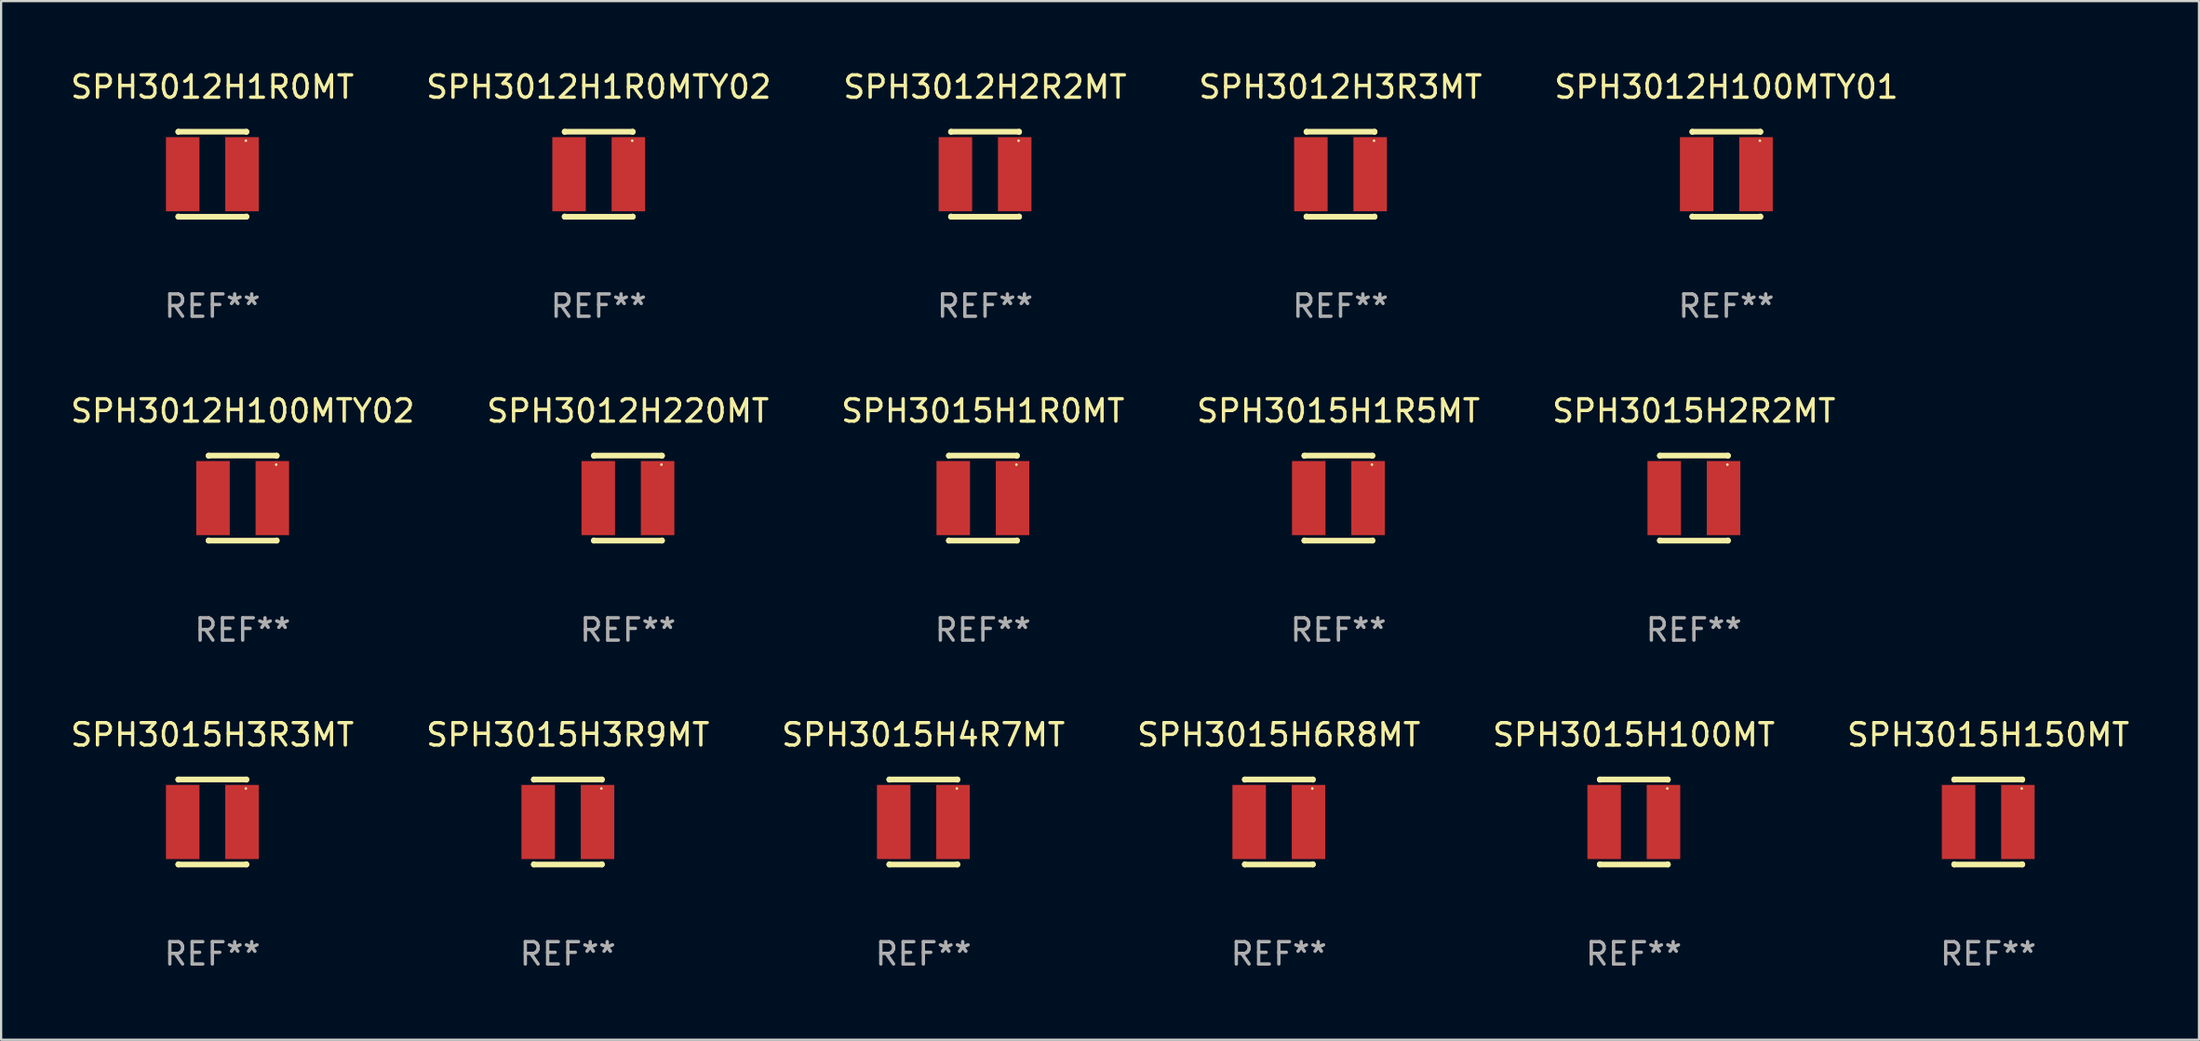
<source format=kicad_pcb>
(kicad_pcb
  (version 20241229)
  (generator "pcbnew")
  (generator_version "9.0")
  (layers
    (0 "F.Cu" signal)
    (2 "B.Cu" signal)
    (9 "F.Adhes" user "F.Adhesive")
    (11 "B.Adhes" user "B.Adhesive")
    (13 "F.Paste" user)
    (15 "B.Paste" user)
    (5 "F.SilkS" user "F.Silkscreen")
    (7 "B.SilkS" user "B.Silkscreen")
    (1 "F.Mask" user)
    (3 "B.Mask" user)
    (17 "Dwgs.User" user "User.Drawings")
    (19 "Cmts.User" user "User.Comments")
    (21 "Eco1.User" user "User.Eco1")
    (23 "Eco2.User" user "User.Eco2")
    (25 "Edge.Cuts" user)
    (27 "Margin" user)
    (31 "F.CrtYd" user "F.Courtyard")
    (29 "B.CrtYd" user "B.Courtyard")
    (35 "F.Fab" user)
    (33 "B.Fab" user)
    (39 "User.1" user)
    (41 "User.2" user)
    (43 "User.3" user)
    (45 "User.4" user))
  (footprint "SPH3012H100MTY01"
    (layer "F.Cu")
    (at 74.244 4.753)
    (property "Reference" "SPH3012H100MTY01" (at 0 -3.905 0) (layer "F.SilkS") (effects (font (size 1 1) (thickness 0.15))))
    (attr through_hole)
    (fp_line (start -1.524 -1.905) (end 1.524 -1.905) (stroke (width 0.254) (type solid)) (layer "F.SilkS"))
    (fp_line (start -1.524 -1.891) (end -1.524 -1.905) (stroke (width 0.254) (type solid)) (layer "F.SilkS"))
    (fp_line (start -1.524 1.905) (end -1.524 1.891) (stroke (width 0.254) (type solid)) (layer "F.SilkS"))
    (fp_line (start -1.524 1.905) (end 1.524 1.905) (stroke (width 0.254) (type solid)) (layer "F.SilkS"))
    (fp_line (start 1.524 -1.905) (end 1.524 -1.891) (stroke (width 0.254) (type solid)) (layer "F.SilkS"))
    (fp_line (start 1.524 1.891) (end 1.524 1.905) (stroke (width 0.254) (type solid)) (layer "F.SilkS"))
    (fp_circle (center 1.5 -1.5) (end 1.53 -1.5) (stroke (width 0.06) (type solid)) (fill no) (layer "F.SilkS"))
    (fp_text user "REF**" (at 0 5.905 0) (layer "F.Fab") (effects (font (size 1 1) (thickness 0.15))))
    (pad "1" smd rect (at 1.328 0) (size 1.5 3.32) (layers "F.Cu" "F.Mask" "F.Paste"))
    (pad "2" smd rect (at -1.328 0) (size 1.5 3.32) (layers "F.Cu" "F.Mask" "F.Paste")))
  (footprint "SPH3012H2R2MT"
    (layer "F.Cu")
    (at 41.054 4.753)
    (property "Reference" "SPH3012H2R2MT" (at 0 -3.905 0) (layer "F.SilkS") (effects (font (size 1 1) (thickness 0.15))))
    (attr through_hole)
    (fp_line (start -1.524 -1.905) (end 1.524 -1.905) (stroke (width 0.254) (type solid)) (layer "F.SilkS"))
    (fp_line (start -1.524 -1.891) (end -1.524 -1.905) (stroke (width 0.254) (type solid)) (layer "F.SilkS"))
    (fp_line (start -1.524 1.905) (end -1.524 1.891) (stroke (width 0.254) (type solid)) (layer "F.SilkS"))
    (fp_line (start -1.524 1.905) (end 1.524 1.905) (stroke (width 0.254) (type solid)) (layer "F.SilkS"))
    (fp_line (start 1.524 -1.905) (end 1.524 -1.891) (stroke (width 0.254) (type solid)) (layer "F.SilkS"))
    (fp_line (start 1.524 1.891) (end 1.524 1.905) (stroke (width 0.254) (type solid)) (layer "F.SilkS"))
    (fp_circle (center 1.5 -1.5) (end 1.53 -1.5) (stroke (width 0.06) (type solid)) (fill no) (layer "F.SilkS"))
    (fp_text user "REF**" (at 0 5.905 0) (layer "F.Fab") (effects (font (size 1 1) (thickness 0.15))))
    (pad "1" smd rect (at 1.328 0) (size 1.5 3.32) (layers "F.Cu" "F.Mask" "F.Paste"))
    (pad "2" smd rect (at -1.328 0) (size 1.5 3.32) (layers "F.Cu" "F.Mask" "F.Paste")))
  (footprint "SPH3012H100MTY02"
    (layer "F.Cu")
    (at 7.815 19.26)
    (property "Reference" "SPH3012H100MTY02" (at 0 -3.905 0) (layer "F.SilkS") (effects (font (size 1 1) (thickness 0.15))))
    (attr through_hole)
    (fp_line (start -1.524 -1.905) (end 1.524 -1.905) (stroke (width 0.254) (type solid)) (layer "F.SilkS"))
    (fp_line (start -1.524 -1.891) (end -1.524 -1.905) (stroke (width 0.254) (type solid)) (layer "F.SilkS"))
    (fp_line (start -1.524 1.905) (end -1.524 1.891) (stroke (width 0.254) (type solid)) (layer "F.SilkS"))
    (fp_line (start -1.524 1.905) (end 1.524 1.905) (stroke (width 0.254) (type solid)) (layer "F.SilkS"))
    (fp_line (start 1.524 -1.905) (end 1.524 -1.891) (stroke (width 0.254) (type solid)) (layer "F.SilkS"))
    (fp_line (start 1.524 1.891) (end 1.524 1.905) (stroke (width 0.254) (type solid)) (layer "F.SilkS"))
    (fp_circle (center 1.5 -1.5) (end 1.53 -1.5) (stroke (width 0.06) (type solid)) (fill no) (layer "F.SilkS"))
    (fp_text user "REF**" (at 0 5.905 0) (layer "F.Fab") (effects (font (size 1 1) (thickness 0.15))))
    (pad "1" smd rect (at 1.328 0) (size 1.5 3.32) (layers "F.Cu" "F.Mask" "F.Paste"))
    (pad "2" smd rect (at -1.328 0) (size 1.5 3.32) (layers "F.Cu" "F.Mask" "F.Paste")))
  (footprint "SPH3012H3R3MT"
    (layer "F.Cu")
    (at 56.97 4.753)
    (property "Reference" "SPH3012H3R3MT" (at 0 -3.905 0) (layer "F.SilkS") (effects (font (size 1 1) (thickness 0.15))))
    (attr through_hole)
    (fp_line (start -1.524 -1.905) (end 1.524 -1.905) (stroke (width 0.254) (type solid)) (layer "F.SilkS"))
    (fp_line (start -1.524 -1.891) (end -1.524 -1.905) (stroke (width 0.254) (type solid)) (layer "F.SilkS"))
    (fp_line (start -1.524 1.905) (end -1.524 1.891) (stroke (width 0.254) (type solid)) (layer "F.SilkS"))
    (fp_line (start -1.524 1.905) (end 1.524 1.905) (stroke (width 0.254) (type solid)) (layer "F.SilkS"))
    (fp_line (start 1.524 -1.905) (end 1.524 -1.891) (stroke (width 0.254) (type solid)) (layer "F.SilkS"))
    (fp_line (start 1.524 1.891) (end 1.524 1.905) (stroke (width 0.254) (type solid)) (layer "F.SilkS"))
    (fp_circle (center 1.5 -1.5) (end 1.53 -1.5) (stroke (width 0.06) (type solid)) (fill no) (layer "F.SilkS"))
    (fp_text user "REF**" (at 0 5.905 0) (layer "F.Fab") (effects (font (size 1 1) (thickness 0.15))))
    (pad "1" smd rect (at 1.328 0) (size 1.5 3.32) (layers "F.Cu" "F.Mask" "F.Paste"))
    (pad "2" smd rect (at -1.328 0) (size 1.5 3.32) (layers "F.Cu" "F.Mask" "F.Paste")))
  (footprint "SPH3015H6R8MT"
    (layer "F.Cu")
    (at 54.208 33.766)
    (property "Reference" "SPH3015H6R8MT" (at 0 -3.905 0) (layer "F.SilkS") (effects (font (size 1 1) (thickness 0.15))))
    (attr through_hole)
    (fp_line (start -1.524 -1.905) (end 1.524 -1.905) (stroke (width 0.254) (type solid)) (layer "F.SilkS"))
    (fp_line (start -1.524 -1.891) (end -1.524 -1.905) (stroke (width 0.254) (type solid)) (layer "F.SilkS"))
    (fp_line (start -1.524 1.905) (end -1.524 1.891) (stroke (width 0.254) (type solid)) (layer "F.SilkS"))
    (fp_line (start -1.524 1.905) (end 1.524 1.905) (stroke (width 0.254) (type solid)) (layer "F.SilkS"))
    (fp_line (start 1.524 -1.905) (end 1.524 -1.891) (stroke (width 0.254) (type solid)) (layer "F.SilkS"))
    (fp_line (start 1.524 1.891) (end 1.524 1.905) (stroke (width 0.254) (type solid)) (layer "F.SilkS"))
    (fp_circle (center 1.5 -1.5) (end 1.53 -1.5) (stroke (width 0.06) (type solid)) (fill no) (layer "F.SilkS"))
    (fp_text user "REF**" (at 0 5.905 0) (layer "F.Fab") (effects (font (size 1 1) (thickness 0.15))))
    (pad "1" smd rect (at 1.328 0) (size 1.5 3.32) (layers "F.Cu" "F.Mask" "F.Paste"))
    (pad "2" smd rect (at -1.328 0) (size 1.5 3.32) (layers "F.Cu" "F.Mask" "F.Paste")))
  (footprint "SPH3012H1R0MT"
    (layer "F.Cu")
    (at 6.458 4.753)
    (property "Reference" "SPH3012H1R0MT" (at 0 -3.905 0) (layer "F.SilkS") (effects (font (size 1 1) (thickness 0.15))))
    (attr through_hole)
    (fp_line (start -1.524 -1.905) (end 1.524 -1.905) (stroke (width 0.254) (type solid)) (layer "F.SilkS"))
    (fp_line (start -1.524 -1.891) (end -1.524 -1.905) (stroke (width 0.254) (type solid)) (layer "F.SilkS"))
    (fp_line (start -1.524 1.905) (end -1.524 1.891) (stroke (width 0.254) (type solid)) (layer "F.SilkS"))
    (fp_line (start -1.524 1.905) (end 1.524 1.905) (stroke (width 0.254) (type solid)) (layer "F.SilkS"))
    (fp_line (start 1.524 -1.905) (end 1.524 -1.891) (stroke (width 0.254) (type solid)) (layer "F.SilkS"))
    (fp_line (start 1.524 1.891) (end 1.524 1.905) (stroke (width 0.254) (type solid)) (layer "F.SilkS"))
    (fp_circle (center 1.5 -1.5) (end 1.53 -1.5) (stroke (width 0.06) (type solid)) (fill no) (layer "F.SilkS"))
    (fp_text user "REF**" (at 0 5.905 0) (layer "F.Fab") (effects (font (size 1 1) (thickness 0.15))))
    (pad "1" smd rect (at 1.328 0) (size 1.5 3.32) (layers "F.Cu" "F.Mask" "F.Paste"))
    (pad "2" smd rect (at -1.328 0) (size 1.5 3.32) (layers "F.Cu" "F.Mask" "F.Paste")))
  (footprint "SPH3015H2R2MT"
    (layer "F.Cu")
    (at 72.792 19.26)
    (property "Reference" "SPH3015H2R2MT" (at 0 -3.905 0) (layer "F.SilkS") (effects (font (size 1 1) (thickness 0.15))))
    (attr through_hole)
    (fp_line (start -1.524 -1.905) (end 1.524 -1.905) (stroke (width 0.254) (type solid)) (layer "F.SilkS"))
    (fp_line (start -1.524 -1.891) (end -1.524 -1.905) (stroke (width 0.254) (type solid)) (layer "F.SilkS"))
    (fp_line (start -1.524 1.905) (end -1.524 1.891) (stroke (width 0.254) (type solid)) (layer "F.SilkS"))
    (fp_line (start -1.524 1.905) (end 1.524 1.905) (stroke (width 0.254) (type solid)) (layer "F.SilkS"))
    (fp_line (start 1.524 -1.905) (end 1.524 -1.891) (stroke (width 0.254) (type solid)) (layer "F.SilkS"))
    (fp_line (start 1.524 1.891) (end 1.524 1.905) (stroke (width 0.254) (type solid)) (layer "F.SilkS"))
    (fp_circle (center 1.5 -1.5) (end 1.53 -1.5) (stroke (width 0.06) (type solid)) (fill no) (layer "F.SilkS"))
    (fp_text user "REF**" (at 0 5.905 0) (layer "F.Fab") (effects (font (size 1 1) (thickness 0.15))))
    (pad "1" smd rect (at 1.328 0) (size 1.5 3.32) (layers "F.Cu" "F.Mask" "F.Paste"))
    (pad "2" smd rect (at -1.328 0) (size 1.5 3.32) (layers "F.Cu" "F.Mask" "F.Paste")))
  (footprint "SPH3015H3R9MT"
    (layer "F.Cu")
    (at 22.375 33.766)
    (property "Reference" "SPH3015H3R9MT" (at 0 -3.905 0) (layer "F.SilkS") (effects (font (size 1 1) (thickness 0.15))))
    (attr through_hole)
    (fp_line (start -1.524 -1.905) (end 1.524 -1.905) (stroke (width 0.254) (type solid)) (layer "F.SilkS"))
    (fp_line (start -1.524 -1.891) (end -1.524 -1.905) (stroke (width 0.254) (type solid)) (layer "F.SilkS"))
    (fp_line (start -1.524 1.905) (end -1.524 1.891) (stroke (width 0.254) (type solid)) (layer "F.SilkS"))
    (fp_line (start -1.524 1.905) (end 1.524 1.905) (stroke (width 0.254) (type solid)) (layer "F.SilkS"))
    (fp_line (start 1.524 -1.905) (end 1.524 -1.891) (stroke (width 0.254) (type solid)) (layer "F.SilkS"))
    (fp_line (start 1.524 1.891) (end 1.524 1.905) (stroke (width 0.254) (type solid)) (layer "F.SilkS"))
    (fp_circle (center 1.5 -1.5) (end 1.53 -1.5) (stroke (width 0.06) (type solid)) (fill no) (layer "F.SilkS"))
    (fp_text user "REF**" (at 0 5.905 0) (layer "F.Fab") (effects (font (size 1 1) (thickness 0.15))))
    (pad "1" smd rect (at 1.328 0) (size 1.5 3.32) (layers "F.Cu" "F.Mask" "F.Paste"))
    (pad "2" smd rect (at -1.328 0) (size 1.5 3.32) (layers "F.Cu" "F.Mask" "F.Paste")))
  (footprint "SPH3015H4R7MT"
    (layer "F.Cu")
    (at 38.292 33.766)
    (property "Reference" "SPH3015H4R7MT" (at 0 -3.905 0) (layer "F.SilkS") (effects (font (size 1 1) (thickness 0.15))))
    (attr through_hole)
    (fp_line (start -1.524 -1.905) (end 1.524 -1.905) (stroke (width 0.254) (type solid)) (layer "F.SilkS"))
    (fp_line (start -1.524 -1.891) (end -1.524 -1.905) (stroke (width 0.254) (type solid)) (layer "F.SilkS"))
    (fp_line (start -1.524 1.905) (end -1.524 1.891) (stroke (width 0.254) (type solid)) (layer "F.SilkS"))
    (fp_line (start -1.524 1.905) (end 1.524 1.905) (stroke (width 0.254) (type solid)) (layer "F.SilkS"))
    (fp_line (start 1.524 -1.905) (end 1.524 -1.891) (stroke (width 0.254) (type solid)) (layer "F.SilkS"))
    (fp_line (start 1.524 1.891) (end 1.524 1.905) (stroke (width 0.254) (type solid)) (layer "F.SilkS"))
    (fp_circle (center 1.5 -1.5) (end 1.53 -1.5) (stroke (width 0.06) (type solid)) (fill no) (layer "F.SilkS"))
    (fp_text user "REF**" (at 0 5.905 0) (layer "F.Fab") (effects (font (size 1 1) (thickness 0.15))))
    (pad "1" smd rect (at 1.328 0) (size 1.5 3.32) (layers "F.Cu" "F.Mask" "F.Paste"))
    (pad "2" smd rect (at -1.328 0) (size 1.5 3.32) (layers "F.Cu" "F.Mask" "F.Paste")))
  (footprint "SPH3015H1R0MT"
    (layer "F.Cu")
    (at 40.958 19.26)
    (property "Reference" "SPH3015H1R0MT" (at 0 -3.905 0) (layer "F.SilkS") (effects (font (size 1 1) (thickness 0.15))))
    (attr through_hole)
    (fp_line (start -1.524 -1.905) (end 1.524 -1.905) (stroke (width 0.254) (type solid)) (layer "F.SilkS"))
    (fp_line (start -1.524 -1.891) (end -1.524 -1.905) (stroke (width 0.254) (type solid)) (layer "F.SilkS"))
    (fp_line (start -1.524 1.905) (end -1.524 1.891) (stroke (width 0.254) (type solid)) (layer "F.SilkS"))
    (fp_line (start -1.524 1.905) (end 1.524 1.905) (stroke (width 0.254) (type solid)) (layer "F.SilkS"))
    (fp_line (start 1.524 -1.905) (end 1.524 -1.891) (stroke (width 0.254) (type solid)) (layer "F.SilkS"))
    (fp_line (start 1.524 1.891) (end 1.524 1.905) (stroke (width 0.254) (type solid)) (layer "F.SilkS"))
    (fp_circle (center 1.5 -1.5) (end 1.53 -1.5) (stroke (width 0.06) (type solid)) (fill no) (layer "F.SilkS"))
    (fp_text user "REF**" (at 0 5.905 0) (layer "F.Fab") (effects (font (size 1 1) (thickness 0.15))))
    (pad "1" smd rect (at 1.328 0) (size 1.5 3.32) (layers "F.Cu" "F.Mask" "F.Paste"))
    (pad "2" smd rect (at -1.328 0) (size 1.5 3.32) (layers "F.Cu" "F.Mask" "F.Paste")))
  (footprint "SPH3015H1R5MT"
    (layer "F.Cu")
    (at 56.875 19.26)
    (property "Reference" "SPH3015H1R5MT" (at 0 -3.905 0) (layer "F.SilkS") (effects (font (size 1 1) (thickness 0.15))))
    (attr through_hole)
    (fp_line (start -1.524 -1.905) (end 1.524 -1.905) (stroke (width 0.254) (type solid)) (layer "F.SilkS"))
    (fp_line (start -1.524 -1.891) (end -1.524 -1.905) (stroke (width 0.254) (type solid)) (layer "F.SilkS"))
    (fp_line (start -1.524 1.905) (end -1.524 1.891) (stroke (width 0.254) (type solid)) (layer "F.SilkS"))
    (fp_line (start -1.524 1.905) (end 1.524 1.905) (stroke (width 0.254) (type solid)) (layer "F.SilkS"))
    (fp_line (start 1.524 -1.905) (end 1.524 -1.891) (stroke (width 0.254) (type solid)) (layer "F.SilkS"))
    (fp_line (start 1.524 1.891) (end 1.524 1.905) (stroke (width 0.254) (type solid)) (layer "F.SilkS"))
    (fp_circle (center 1.5 -1.5) (end 1.53 -1.5) (stroke (width 0.06) (type solid)) (fill no) (layer "F.SilkS"))
    (fp_text user "REF**" (at 0 5.905 0) (layer "F.Fab") (effects (font (size 1 1) (thickness 0.15))))
    (pad "1" smd rect (at 1.328 0) (size 1.5 3.32) (layers "F.Cu" "F.Mask" "F.Paste"))
    (pad "2" smd rect (at -1.328 0) (size 1.5 3.32) (layers "F.Cu" "F.Mask" "F.Paste")))
  (footprint "SPH3012H220MT"
    (layer "F.Cu")
    (at 25.065 19.26)
    (property "Reference" "SPH3012H220MT" (at 0 -3.905 0) (layer "F.SilkS") (effects (font (size 1 1) (thickness 0.15))))
    (attr through_hole)
    (fp_line (start -1.524 -1.905) (end 1.524 -1.905) (stroke (width 0.254) (type solid)) (layer "F.SilkS"))
    (fp_line (start -1.524 -1.891) (end -1.524 -1.905) (stroke (width 0.254) (type solid)) (layer "F.SilkS"))
    (fp_line (start -1.524 1.905) (end -1.524 1.891) (stroke (width 0.254) (type solid)) (layer "F.SilkS"))
    (fp_line (start -1.524 1.905) (end 1.524 1.905) (stroke (width 0.254) (type solid)) (layer "F.SilkS"))
    (fp_line (start 1.524 -1.905) (end 1.524 -1.891) (stroke (width 0.254) (type solid)) (layer "F.SilkS"))
    (fp_line (start 1.524 1.891) (end 1.524 1.905) (stroke (width 0.254) (type solid)) (layer "F.SilkS"))
    (fp_circle (center 1.5 -1.5) (end 1.53 -1.5) (stroke (width 0.06) (type solid)) (fill no) (layer "F.SilkS"))
    (fp_text user "REF**" (at 0 5.905 0) (layer "F.Fab") (effects (font (size 1 1) (thickness 0.15))))
    (pad "1" smd rect (at 1.328 0) (size 1.5 3.32) (layers "F.Cu" "F.Mask" "F.Paste"))
    (pad "2" smd rect (at -1.328 0) (size 1.5 3.32) (layers "F.Cu" "F.Mask" "F.Paste")))
  (footprint "SPH3015H100MT"
    (layer "F.Cu")
    (at 70.101 33.766)
    (property "Reference" "SPH3015H100MT" (at 0 -3.905 0) (layer "F.SilkS") (effects (font (size 1 1) (thickness 0.15))))
    (attr through_hole)
    (fp_line (start -1.524 -1.905) (end 1.524 -1.905) (stroke (width 0.254) (type solid)) (layer "F.SilkS"))
    (fp_line (start -1.524 -1.891) (end -1.524 -1.905) (stroke (width 0.254) (type solid)) (layer "F.SilkS"))
    (fp_line (start -1.524 1.905) (end -1.524 1.891) (stroke (width 0.254) (type solid)) (layer "F.SilkS"))
    (fp_line (start -1.524 1.905) (end 1.524 1.905) (stroke (width 0.254) (type solid)) (layer "F.SilkS"))
    (fp_line (start 1.524 -1.905) (end 1.524 -1.891) (stroke (width 0.254) (type solid)) (layer "F.SilkS"))
    (fp_line (start 1.524 1.891) (end 1.524 1.905) (stroke (width 0.254) (type solid)) (layer "F.SilkS"))
    (fp_circle (center 1.5 -1.5) (end 1.53 -1.5) (stroke (width 0.06) (type solid)) (fill no) (layer "F.SilkS"))
    (fp_text user "REF**" (at 0 5.905 0) (layer "F.Fab") (effects (font (size 1 1) (thickness 0.15))))
    (pad "1" smd rect (at 1.328 0) (size 1.5 3.32) (layers "F.Cu" "F.Mask" "F.Paste"))
    (pad "2" smd rect (at -1.328 0) (size 1.5 3.32) (layers "F.Cu" "F.Mask" "F.Paste")))
  (footprint "SPH3012H1R0MTY02"
    (layer "F.Cu")
    (at 23.756 4.753)
    (property "Reference" "SPH3012H1R0MTY02" (at 0 -3.905 0) (layer "F.SilkS") (effects (font (size 1 1) (thickness 0.15))))
    (attr through_hole)
    (fp_line (start -1.524 -1.905) (end 1.524 -1.905) (stroke (width 0.254) (type solid)) (layer "F.SilkS"))
    (fp_line (start -1.524 -1.891) (end -1.524 -1.905) (stroke (width 0.254) (type solid)) (layer "F.SilkS"))
    (fp_line (start -1.524 1.905) (end -1.524 1.891) (stroke (width 0.254) (type solid)) (layer "F.SilkS"))
    (fp_line (start -1.524 1.905) (end 1.524 1.905) (stroke (width 0.254) (type solid)) (layer "F.SilkS"))
    (fp_line (start 1.524 -1.905) (end 1.524 -1.891) (stroke (width 0.254) (type solid)) (layer "F.SilkS"))
    (fp_line (start 1.524 1.891) (end 1.524 1.905) (stroke (width 0.254) (type solid)) (layer "F.SilkS"))
    (fp_circle (center 1.5 -1.5) (end 1.53 -1.5) (stroke (width 0.06) (type solid)) (fill no) (layer "F.SilkS"))
    (fp_text user "REF**" (at 0 5.905 0) (layer "F.Fab") (effects (font (size 1 1) (thickness 0.15))))
    (pad "1" smd rect (at 1.328 0) (size 1.5 3.32) (layers "F.Cu" "F.Mask" "F.Paste"))
    (pad "2" smd rect (at -1.328 0) (size 1.5 3.32) (layers "F.Cu" "F.Mask" "F.Paste")))
  (footprint "SPH3015H3R3MT"
    (layer "F.Cu")
    (at 6.458 33.766)
    (property "Reference" "SPH3015H3R3MT" (at 0 -3.905 0) (layer "F.SilkS") (effects (font (size 1 1) (thickness 0.15))))
    (attr through_hole)
    (fp_line (start -1.524 -1.905) (end 1.524 -1.905) (stroke (width 0.254) (type solid)) (layer "F.SilkS"))
    (fp_line (start -1.524 -1.891) (end -1.524 -1.905) (stroke (width 0.254) (type solid)) (layer "F.SilkS"))
    (fp_line (start -1.524 1.905) (end -1.524 1.891) (stroke (width 0.254) (type solid)) (layer "F.SilkS"))
    (fp_line (start -1.524 1.905) (end 1.524 1.905) (stroke (width 0.254) (type solid)) (layer "F.SilkS"))
    (fp_line (start 1.524 -1.905) (end 1.524 -1.891) (stroke (width 0.254) (type solid)) (layer "F.SilkS"))
    (fp_line (start 1.524 1.891) (end 1.524 1.905) (stroke (width 0.254) (type solid)) (layer "F.SilkS"))
    (fp_circle (center 1.5 -1.5) (end 1.53 -1.5) (stroke (width 0.06) (type solid)) (fill no) (layer "F.SilkS"))
    (fp_text user "REF**" (at 0 5.905 0) (layer "F.Fab") (effects (font (size 1 1) (thickness 0.15))))
    (pad "1" smd rect (at 1.328 0) (size 1.5 3.32) (layers "F.Cu" "F.Mask" "F.Paste"))
    (pad "2" smd rect (at -1.328 0) (size 1.5 3.32) (layers "F.Cu" "F.Mask" "F.Paste")))
  (footprint "SPH3015H150MT"
    (layer "F.Cu")
    (at 85.97 33.766)
    (property "Reference" "SPH3015H150MT" (at 0 -3.905 0) (layer "F.SilkS") (effects (font (size 1 1) (thickness 0.15))))
    (attr through_hole)
    (fp_line (start -1.524 -1.905) (end 1.524 -1.905) (stroke (width 0.254) (type solid)) (layer "F.SilkS"))
    (fp_line (start -1.524 -1.891) (end -1.524 -1.905) (stroke (width 0.254) (type solid)) (layer "F.SilkS"))
    (fp_line (start -1.524 1.905) (end -1.524 1.891) (stroke (width 0.254) (type solid)) (layer "F.SilkS"))
    (fp_line (start -1.524 1.905) (end 1.524 1.905) (stroke (width 0.254) (type solid)) (layer "F.SilkS"))
    (fp_line (start 1.524 -1.905) (end 1.524 -1.891) (stroke (width 0.254) (type solid)) (layer "F.SilkS"))
    (fp_line (start 1.524 1.891) (end 1.524 1.905) (stroke (width 0.254) (type solid)) (layer "F.SilkS"))
    (fp_circle (center 1.5 -1.5) (end 1.53 -1.5) (stroke (width 0.06) (type solid)) (fill no) (layer "F.SilkS"))
    (fp_text user "REF**" (at 0 5.905 0) (layer "F.Fab") (effects (font (size 1 1) (thickness 0.15))))
    (pad "1" smd rect (at 1.328 0) (size 1.5 3.32) (layers "F.Cu" "F.Mask" "F.Paste"))
    (pad "2" smd rect (at -1.328 0) (size 1.5 3.32) (layers "F.Cu" "F.Mask" "F.Paste")))
  (gr_rect
    (start -3 -3)
    (end 95.405 43.52)
    (stroke (width 0.1) (type default))
    (fill no)
    (layer "Edge.Cuts")))
</source>
